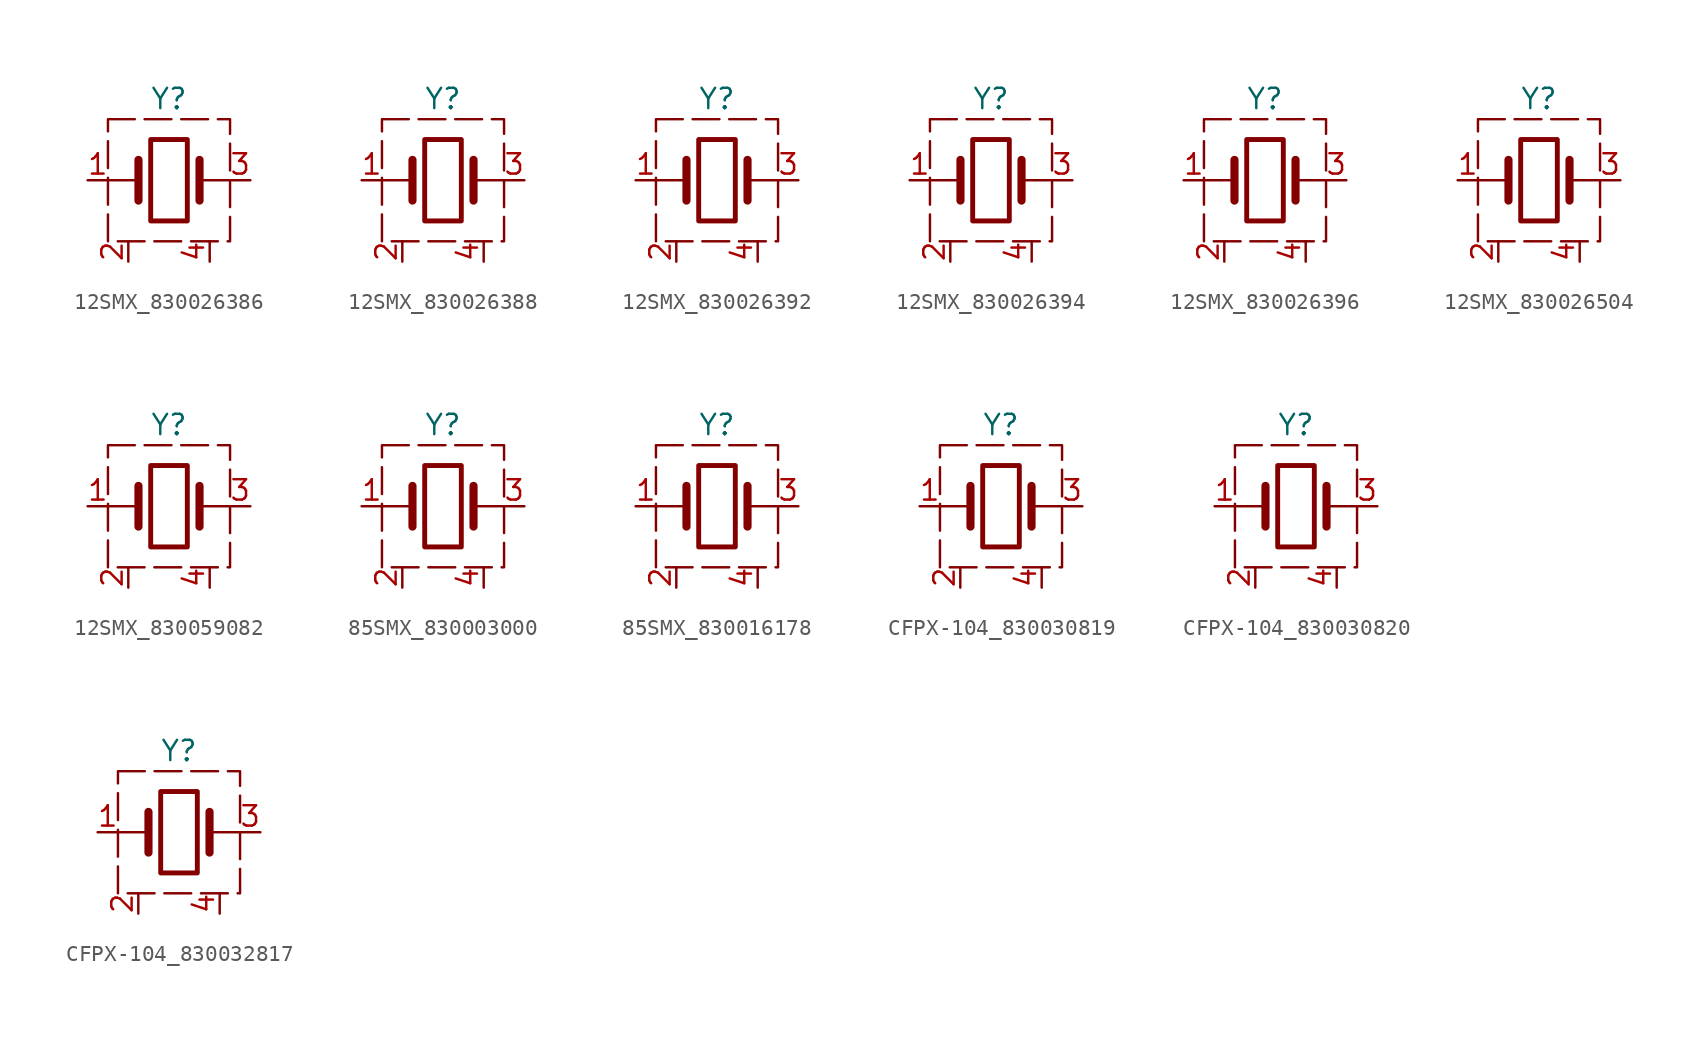
<source format=kicad_sym>
(kicad_symbol_lib
  (version 20220914)
  (generator kicad_symbol_editor)
  (symbol "12SMX_830026386"
    (pin_names hide)
    (property "Reference" "Y"
      (at 0 5.08 0)
      (effects (font (size 1.27 1.27))))
    (property "Critical Parameter" ""
      (at 0 -5.08 0)
      (effects (font (size 1.27 1.27)) (justify left)))
    (symbol "12SMX_830026386_0_1"
      (rectangle (start -1.143 2.54) (end 1.143 -2.54) (stroke (width 0.305) (type default)) (fill (type none)))
      (polyline (pts (xy -3.81 0) (xy -1.905 0)) (stroke (width 0) (type default)) (fill (type none)))
      (polyline (pts (xy -1.905 -1.27) (xy -1.905 1.27)) (stroke (width 0.508) (type default)) (fill (type none)))
      (polyline (pts (xy 1.905 -1.27) (xy 1.905 1.27)) (stroke (width 0.508) (type default)) (fill (type none)))
      (polyline (pts (xy 3.81 0) (xy 1.905 0)) (stroke (width 0) (type default)) (fill (type none))))
    (symbol "12SMX_830026386_1_1"
      (rectangle (start -3.81 3.81) (end 3.81 -3.81) (stroke (width 0) (type dash)) (fill (type none)))
      (pin passive line (at -5.08 0 0) (length 1.27) (name "1" (effects (font (size 1.27 1.27)))) (number "1" (effects (font (size 1.27 1.27)))))
      (pin passive line (at -2.54 -5.08 90) (length 1.27) (name "GND" (effects (font (size 1.27 1.27)))) (number "2" (effects (font (size 1.27 1.27)))))
      (pin passive line (at 5.08 0 180) (length 1.27) (name "3" (effects (font (size 1.27 1.27)))) (number "3" (effects (font (size 1.27 1.27)))))
      (pin passive line (at 2.54 -5.08 90) (length 1.27) (name "GND1" (effects (font (size 1.27 1.27)))) (number "4" (effects (font (size 1.27 1.27)))))))
  (symbol "12SMX_830026388"
    (pin_names hide)
    (property "Reference" "Y"
      (at 0 5.08 0)
      (effects (font (size 1.27 1.27))))
    (property "Critical Parameter" ""
      (at 0 -5.08 0)
      (effects (font (size 1.27 1.27)) (justify left)))
    (symbol "12SMX_830026388_0_1"
      (rectangle (start -1.143 2.54) (end 1.143 -2.54) (stroke (width 0.305) (type default)) (fill (type none)))
      (polyline (pts (xy -3.81 0) (xy -1.905 0)) (stroke (width 0) (type default)) (fill (type none)))
      (polyline (pts (xy -1.905 -1.27) (xy -1.905 1.27)) (stroke (width 0.508) (type default)) (fill (type none)))
      (polyline (pts (xy 1.905 -1.27) (xy 1.905 1.27)) (stroke (width 0.508) (type default)) (fill (type none)))
      (polyline (pts (xy 3.81 0) (xy 1.905 0)) (stroke (width 0) (type default)) (fill (type none))))
    (symbol "12SMX_830026388_1_1"
      (rectangle (start -3.81 3.81) (end 3.81 -3.81) (stroke (width 0) (type dash)) (fill (type none)))
      (pin passive line (at -5.08 0 0) (length 1.27) (name "1" (effects (font (size 1.27 1.27)))) (number "1" (effects (font (size 1.27 1.27)))))
      (pin passive line (at -2.54 -5.08 90) (length 1.27) (name "GND" (effects (font (size 1.27 1.27)))) (number "2" (effects (font (size 1.27 1.27)))))
      (pin passive line (at 5.08 0 180) (length 1.27) (name "3" (effects (font (size 1.27 1.27)))) (number "3" (effects (font (size 1.27 1.27)))))
      (pin passive line (at 2.54 -5.08 90) (length 1.27) (name "GND1" (effects (font (size 1.27 1.27)))) (number "4" (effects (font (size 1.27 1.27)))))))
  (symbol "12SMX_830026392"
    (pin_names hide)
    (property "Reference" "Y"
      (at 0 5.08 0)
      (effects (font (size 1.27 1.27))))
    (property "Critical Parameter" ""
      (at 0 -5.08 0)
      (effects (font (size 1.27 1.27)) (justify left)))
    (symbol "12SMX_830026392_0_1"
      (rectangle (start -1.143 2.54) (end 1.143 -2.54) (stroke (width 0.305) (type default)) (fill (type none)))
      (polyline (pts (xy -3.81 0) (xy -1.905 0)) (stroke (width 0) (type default)) (fill (type none)))
      (polyline (pts (xy -1.905 -1.27) (xy -1.905 1.27)) (stroke (width 0.508) (type default)) (fill (type none)))
      (polyline (pts (xy 1.905 -1.27) (xy 1.905 1.27)) (stroke (width 0.508) (type default)) (fill (type none)))
      (polyline (pts (xy 3.81 0) (xy 1.905 0)) (stroke (width 0) (type default)) (fill (type none))))
    (symbol "12SMX_830026392_1_1"
      (rectangle (start -3.81 3.81) (end 3.81 -3.81) (stroke (width 0) (type dash)) (fill (type none)))
      (pin passive line (at -5.08 0 0) (length 1.27) (name "1" (effects (font (size 1.27 1.27)))) (number "1" (effects (font (size 1.27 1.27)))))
      (pin passive line (at -2.54 -5.08 90) (length 1.27) (name "GND" (effects (font (size 1.27 1.27)))) (number "2" (effects (font (size 1.27 1.27)))))
      (pin passive line (at 5.08 0 180) (length 1.27) (name "3" (effects (font (size 1.27 1.27)))) (number "3" (effects (font (size 1.27 1.27)))))
      (pin passive line (at 2.54 -5.08 90) (length 1.27) (name "GND1" (effects (font (size 1.27 1.27)))) (number "4" (effects (font (size 1.27 1.27)))))))
  (symbol "12SMX_830026394"
    (pin_names hide)
    (property "Reference" "Y"
      (at 0 5.08 0)
      (effects (font (size 1.27 1.27))))
    (property "Critical Parameter" ""
      (at 0 -5.08 0)
      (effects (font (size 1.27 1.27)) (justify left)))
    (symbol "12SMX_830026394_0_1"
      (rectangle (start -1.143 2.54) (end 1.143 -2.54) (stroke (width 0.305) (type default)) (fill (type none)))
      (polyline (pts (xy -3.81 0) (xy -1.905 0)) (stroke (width 0) (type default)) (fill (type none)))
      (polyline (pts (xy -1.905 -1.27) (xy -1.905 1.27)) (stroke (width 0.508) (type default)) (fill (type none)))
      (polyline (pts (xy 1.905 -1.27) (xy 1.905 1.27)) (stroke (width 0.508) (type default)) (fill (type none)))
      (polyline (pts (xy 3.81 0) (xy 1.905 0)) (stroke (width 0) (type default)) (fill (type none))))
    (symbol "12SMX_830026394_1_1"
      (rectangle (start -3.81 3.81) (end 3.81 -3.81) (stroke (width 0) (type dash)) (fill (type none)))
      (pin passive line (at -5.08 0 0) (length 1.27) (name "1" (effects (font (size 1.27 1.27)))) (number "1" (effects (font (size 1.27 1.27)))))
      (pin passive line (at -2.54 -5.08 90) (length 1.27) (name "GND" (effects (font (size 1.27 1.27)))) (number "2" (effects (font (size 1.27 1.27)))))
      (pin passive line (at 5.08 0 180) (length 1.27) (name "3" (effects (font (size 1.27 1.27)))) (number "3" (effects (font (size 1.27 1.27)))))
      (pin passive line (at 2.54 -5.08 90) (length 1.27) (name "GND1" (effects (font (size 1.27 1.27)))) (number "4" (effects (font (size 1.27 1.27)))))))
  (symbol "12SMX_830026396"
    (pin_names hide)
    (property "Reference" "Y"
      (at 0 5.08 0)
      (effects (font (size 1.27 1.27))))
    (property "Critical Parameter" ""
      (at 0 -5.08 0)
      (effects (font (size 1.27 1.27)) (justify left)))
    (symbol "12SMX_830026396_0_1"
      (rectangle (start -1.143 2.54) (end 1.143 -2.54) (stroke (width 0.305) (type default)) (fill (type none)))
      (polyline (pts (xy -3.81 0) (xy -1.905 0)) (stroke (width 0) (type default)) (fill (type none)))
      (polyline (pts (xy -1.905 -1.27) (xy -1.905 1.27)) (stroke (width 0.508) (type default)) (fill (type none)))
      (polyline (pts (xy 1.905 -1.27) (xy 1.905 1.27)) (stroke (width 0.508) (type default)) (fill (type none)))
      (polyline (pts (xy 3.81 0) (xy 1.905 0)) (stroke (width 0) (type default)) (fill (type none))))
    (symbol "12SMX_830026396_1_1"
      (rectangle (start -3.81 3.81) (end 3.81 -3.81) (stroke (width 0) (type dash)) (fill (type none)))
      (pin passive line (at -5.08 0 0) (length 1.27) (name "1" (effects (font (size 1.27 1.27)))) (number "1" (effects (font (size 1.27 1.27)))))
      (pin passive line (at -2.54 -5.08 90) (length 1.27) (name "GND" (effects (font (size 1.27 1.27)))) (number "2" (effects (font (size 1.27 1.27)))))
      (pin passive line (at 5.08 0 180) (length 1.27) (name "3" (effects (font (size 1.27 1.27)))) (number "3" (effects (font (size 1.27 1.27)))))
      (pin passive line (at 2.54 -5.08 90) (length 1.27) (name "GND1" (effects (font (size 1.27 1.27)))) (number "4" (effects (font (size 1.27 1.27)))))))
  (symbol "12SMX_830026504"
    (pin_names hide)
    (property "Reference" "Y"
      (at 0 5.08 0)
      (effects (font (size 1.27 1.27))))
    (property "Critical Parameter" ""
      (at 0 -5.08 0)
      (effects (font (size 1.27 1.27)) (justify left)))
    (symbol "12SMX_830026504_0_1"
      (rectangle (start -1.143 2.54) (end 1.143 -2.54) (stroke (width 0.305) (type default)) (fill (type none)))
      (polyline (pts (xy -3.81 0) (xy -1.905 0)) (stroke (width 0) (type default)) (fill (type none)))
      (polyline (pts (xy -1.905 -1.27) (xy -1.905 1.27)) (stroke (width 0.508) (type default)) (fill (type none)))
      (polyline (pts (xy 1.905 -1.27) (xy 1.905 1.27)) (stroke (width 0.508) (type default)) (fill (type none)))
      (polyline (pts (xy 3.81 0) (xy 1.905 0)) (stroke (width 0) (type default)) (fill (type none))))
    (symbol "12SMX_830026504_1_1"
      (rectangle (start -3.81 3.81) (end 3.81 -3.81) (stroke (width 0) (type dash)) (fill (type none)))
      (pin passive line (at -5.08 0 0) (length 1.27) (name "1" (effects (font (size 1.27 1.27)))) (number "1" (effects (font (size 1.27 1.27)))))
      (pin passive line (at -2.54 -5.08 90) (length 1.27) (name "GND" (effects (font (size 1.27 1.27)))) (number "2" (effects (font (size 1.27 1.27)))))
      (pin passive line (at 5.08 0 180) (length 1.27) (name "3" (effects (font (size 1.27 1.27)))) (number "3" (effects (font (size 1.27 1.27)))))
      (pin passive line (at 2.54 -5.08 90) (length 1.27) (name "GND1" (effects (font (size 1.27 1.27)))) (number "4" (effects (font (size 1.27 1.27)))))))
  (symbol "12SMX_830059082"
    (pin_names hide)
    (property "Reference" "Y"
      (at 0 5.08 0)
      (effects (font (size 1.27 1.27))))
    (property "Critical Parameter" ""
      (at 0 -5.08 0)
      (effects (font (size 1.27 1.27)) (justify left)))
    (symbol "12SMX_830059082_0_1"
      (rectangle (start -1.143 2.54) (end 1.143 -2.54) (stroke (width 0.305) (type default)) (fill (type none)))
      (polyline (pts (xy -3.81 0) (xy -1.905 0)) (stroke (width 0) (type default)) (fill (type none)))
      (polyline (pts (xy -1.905 -1.27) (xy -1.905 1.27)) (stroke (width 0.508) (type default)) (fill (type none)))
      (polyline (pts (xy 1.905 -1.27) (xy 1.905 1.27)) (stroke (width 0.508) (type default)) (fill (type none)))
      (polyline (pts (xy 3.81 0) (xy 1.905 0)) (stroke (width 0) (type default)) (fill (type none))))
    (symbol "12SMX_830059082_1_1"
      (rectangle (start -3.81 3.81) (end 3.81 -3.81) (stroke (width 0) (type dash)) (fill (type none)))
      (pin passive line (at -5.08 0 0) (length 1.27) (name "1" (effects (font (size 1.27 1.27)))) (number "1" (effects (font (size 1.27 1.27)))))
      (pin passive line (at -2.54 -5.08 90) (length 1.27) (name "GND" (effects (font (size 1.27 1.27)))) (number "2" (effects (font (size 1.27 1.27)))))
      (pin passive line (at 5.08 0 180) (length 1.27) (name "3" (effects (font (size 1.27 1.27)))) (number "3" (effects (font (size 1.27 1.27)))))
      (pin passive line (at 2.54 -5.08 90) (length 1.27) (name "GND1" (effects (font (size 1.27 1.27)))) (number "4" (effects (font (size 1.27 1.27)))))))
  (symbol "85SMX_830003000"
    (pin_names hide)
    (property "Reference" "Y"
      (at 0 5.08 0)
      (effects (font (size 1.27 1.27))))
    (property "Critical Parameter" ""
      (at 0 -5.08 0)
      (effects (font (size 1.27 1.27)) (justify left)))
    (symbol "85SMX_830003000_0_1"
      (rectangle (start -1.143 2.54) (end 1.143 -2.54) (stroke (width 0.305) (type default)) (fill (type none)))
      (polyline (pts (xy -3.81 0) (xy -1.905 0)) (stroke (width 0) (type default)) (fill (type none)))
      (polyline (pts (xy -1.905 -1.27) (xy -1.905 1.27)) (stroke (width 0.508) (type default)) (fill (type none)))
      (polyline (pts (xy 1.905 -1.27) (xy 1.905 1.27)) (stroke (width 0.508) (type default)) (fill (type none)))
      (polyline (pts (xy 3.81 0) (xy 1.905 0)) (stroke (width 0) (type default)) (fill (type none))))
    (symbol "85SMX_830003000_1_1"
      (rectangle (start -3.81 3.81) (end 3.81 -3.81) (stroke (width 0) (type dash)) (fill (type none)))
      (pin passive line (at -5.08 0 0) (length 1.27) (name "1" (effects (font (size 1.27 1.27)))) (number "1" (effects (font (size 1.27 1.27)))))
      (pin passive line (at -2.54 -5.08 90) (length 1.27) (name "GND" (effects (font (size 1.27 1.27)))) (number "2" (effects (font (size 1.27 1.27)))))
      (pin passive line (at 5.08 0 180) (length 1.27) (name "3" (effects (font (size 1.27 1.27)))) (number "3" (effects (font (size 1.27 1.27)))))
      (pin passive line (at 2.54 -5.08 90) (length 1.27) (name "GND1" (effects (font (size 1.27 1.27)))) (number "4" (effects (font (size 1.27 1.27)))))))
  (symbol "85SMX_830016178"
    (pin_names hide)
    (property "Reference" "Y"
      (at 0 5.08 0)
      (effects (font (size 1.27 1.27))))
    (property "Critical Parameter" ""
      (at 0 -5.08 0)
      (effects (font (size 1.27 1.27)) (justify left)))
    (symbol "85SMX_830016178_0_1"
      (rectangle (start -1.143 2.54) (end 1.143 -2.54) (stroke (width 0.305) (type default)) (fill (type none)))
      (polyline (pts (xy -3.81 0) (xy -1.905 0)) (stroke (width 0) (type default)) (fill (type none)))
      (polyline (pts (xy -1.905 -1.27) (xy -1.905 1.27)) (stroke (width 0.508) (type default)) (fill (type none)))
      (polyline (pts (xy 1.905 -1.27) (xy 1.905 1.27)) (stroke (width 0.508) (type default)) (fill (type none)))
      (polyline (pts (xy 3.81 0) (xy 1.905 0)) (stroke (width 0) (type default)) (fill (type none))))
    (symbol "85SMX_830016178_1_1"
      (rectangle (start -3.81 3.81) (end 3.81 -3.81) (stroke (width 0) (type dash)) (fill (type none)))
      (pin passive line (at -5.08 0 0) (length 1.27) (name "1" (effects (font (size 1.27 1.27)))) (number "1" (effects (font (size 1.27 1.27)))))
      (pin passive line (at -2.54 -5.08 90) (length 1.27) (name "GND" (effects (font (size 1.27 1.27)))) (number "2" (effects (font (size 1.27 1.27)))))
      (pin passive line (at 5.08 0 180) (length 1.27) (name "3" (effects (font (size 1.27 1.27)))) (number "3" (effects (font (size 1.27 1.27)))))
      (pin passive line (at 2.54 -5.08 90) (length 1.27) (name "GND1" (effects (font (size 1.27 1.27)))) (number "4" (effects (font (size 1.27 1.27)))))))
  (symbol "CFPX-104_830030819"
    (pin_names hide)
    (property "Reference" "Y"
      (at 0 5.08 0)
      (effects (font (size 1.27 1.27))))
    (property "Critical Parameter" ""
      (at 0 -5.08 0)
      (effects (font (size 1.27 1.27)) (justify left)))
    (symbol "CFPX-104_830030819_0_1"
      (rectangle (start -1.143 2.54) (end 1.143 -2.54) (stroke (width 0.305) (type default)) (fill (type none)))
      (polyline (pts (xy -3.81 0) (xy -1.905 0)) (stroke (width 0) (type default)) (fill (type none)))
      (polyline (pts (xy -1.905 -1.27) (xy -1.905 1.27)) (stroke (width 0.508) (type default)) (fill (type none)))
      (polyline (pts (xy 1.905 -1.27) (xy 1.905 1.27)) (stroke (width 0.508) (type default)) (fill (type none)))
      (polyline (pts (xy 3.81 0) (xy 1.905 0)) (stroke (width 0) (type default)) (fill (type none))))
    (symbol "CFPX-104_830030819_1_1"
      (rectangle (start -3.81 3.81) (end 3.81 -3.81) (stroke (width 0) (type dash)) (fill (type none)))
      (pin passive line (at -5.08 0 0) (length 1.27) (name "1" (effects (font (size 1.27 1.27)))) (number "1" (effects (font (size 1.27 1.27)))))
      (pin passive line (at -2.54 -5.08 90) (length 1.27) (name "GND" (effects (font (size 1.27 1.27)))) (number "2" (effects (font (size 1.27 1.27)))))
      (pin passive line (at 5.08 0 180) (length 1.27) (name "3" (effects (font (size 1.27 1.27)))) (number "3" (effects (font (size 1.27 1.27)))))
      (pin passive line (at 2.54 -5.08 90) (length 1.27) (name "GND1" (effects (font (size 1.27 1.27)))) (number "4" (effects (font (size 1.27 1.27)))))))
  (symbol "CFPX-104_830030820"
    (pin_names hide)
    (property "Reference" "Y"
      (at 0 5.08 0)
      (effects (font (size 1.27 1.27))))
    (property "Critical Parameter" ""
      (at 0 -5.08 0)
      (effects (font (size 1.27 1.27)) (justify left)))
    (symbol "CFPX-104_830030820_0_1"
      (rectangle (start -1.143 2.54) (end 1.143 -2.54) (stroke (width 0.305) (type default)) (fill (type none)))
      (polyline (pts (xy -3.81 0) (xy -1.905 0)) (stroke (width 0) (type default)) (fill (type none)))
      (polyline (pts (xy -1.905 -1.27) (xy -1.905 1.27)) (stroke (width 0.508) (type default)) (fill (type none)))
      (polyline (pts (xy 1.905 -1.27) (xy 1.905 1.27)) (stroke (width 0.508) (type default)) (fill (type none)))
      (polyline (pts (xy 3.81 0) (xy 1.905 0)) (stroke (width 0) (type default)) (fill (type none))))
    (symbol "CFPX-104_830030820_1_1"
      (rectangle (start -3.81 3.81) (end 3.81 -3.81) (stroke (width 0) (type dash)) (fill (type none)))
      (pin passive line (at -5.08 0 0) (length 1.27) (name "1" (effects (font (size 1.27 1.27)))) (number "1" (effects (font (size 1.27 1.27)))))
      (pin passive line (at -2.54 -5.08 90) (length 1.27) (name "GND" (effects (font (size 1.27 1.27)))) (number "2" (effects (font (size 1.27 1.27)))))
      (pin passive line (at 5.08 0 180) (length 1.27) (name "3" (effects (font (size 1.27 1.27)))) (number "3" (effects (font (size 1.27 1.27)))))
      (pin passive line (at 2.54 -5.08 90) (length 1.27) (name "GND1" (effects (font (size 1.27 1.27)))) (number "4" (effects (font (size 1.27 1.27)))))))
  (symbol "CFPX-104_830032817"
    (pin_names hide)
    (property "Reference" "Y"
      (at 0 5.08 0)
      (effects (font (size 1.27 1.27))))
    (property "Critical Parameter" ""
      (at 0 -5.08 0)
      (effects (font (size 1.27 1.27)) (justify left)))
    (symbol "CFPX-104_830032817_0_1"
      (rectangle (start -1.143 2.54) (end 1.143 -2.54) (stroke (width 0.305) (type default)) (fill (type none)))
      (polyline (pts (xy -3.81 0) (xy -1.905 0)) (stroke (width 0) (type default)) (fill (type none)))
      (polyline (pts (xy -1.905 -1.27) (xy -1.905 1.27)) (stroke (width 0.508) (type default)) (fill (type none)))
      (polyline (pts (xy 1.905 -1.27) (xy 1.905 1.27)) (stroke (width 0.508) (type default)) (fill (type none)))
      (polyline (pts (xy 3.81 0) (xy 1.905 0)) (stroke (width 0) (type default)) (fill (type none))))
    (symbol "CFPX-104_830032817_1_1"
      (rectangle (start -3.81 3.81) (end 3.81 -3.81) (stroke (width 0) (type dash)) (fill (type none)))
      (pin passive line (at -5.08 0 0) (length 1.27) (name "1" (effects (font (size 1.27 1.27)))) (number "1" (effects (font (size 1.27 1.27)))))
      (pin passive line (at -2.54 -5.08 90) (length 1.27) (name "GND" (effects (font (size 1.27 1.27)))) (number "2" (effects (font (size 1.27 1.27)))))
      (pin passive line (at 5.08 0 180) (length 1.27) (name "3" (effects (font (size 1.27 1.27)))) (number "3" (effects (font (size 1.27 1.27)))))
      (pin passive line (at 2.54 -5.08 90) (length 1.27) (name "GND1" (effects (font (size 1.27 1.27)))) (number "4" (effects (font (size 1.27 1.27))))))))
</source>
